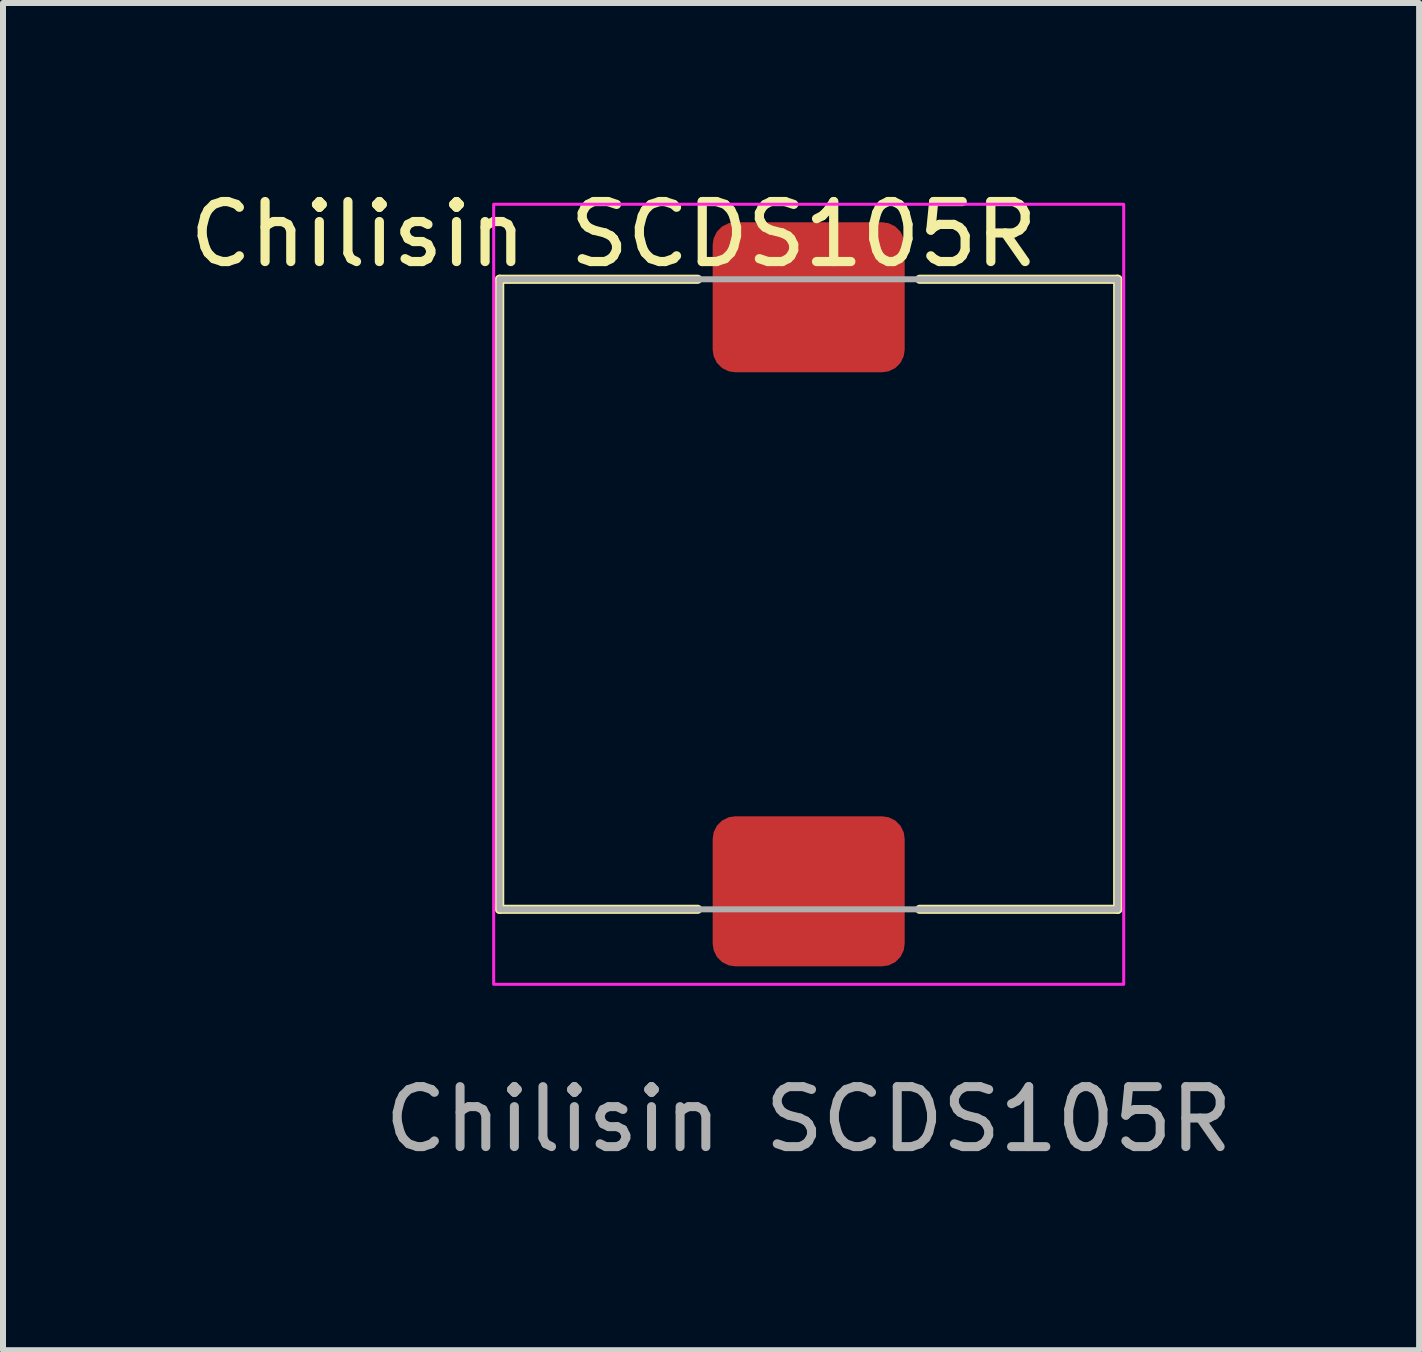
<source format=kicad_pcb>
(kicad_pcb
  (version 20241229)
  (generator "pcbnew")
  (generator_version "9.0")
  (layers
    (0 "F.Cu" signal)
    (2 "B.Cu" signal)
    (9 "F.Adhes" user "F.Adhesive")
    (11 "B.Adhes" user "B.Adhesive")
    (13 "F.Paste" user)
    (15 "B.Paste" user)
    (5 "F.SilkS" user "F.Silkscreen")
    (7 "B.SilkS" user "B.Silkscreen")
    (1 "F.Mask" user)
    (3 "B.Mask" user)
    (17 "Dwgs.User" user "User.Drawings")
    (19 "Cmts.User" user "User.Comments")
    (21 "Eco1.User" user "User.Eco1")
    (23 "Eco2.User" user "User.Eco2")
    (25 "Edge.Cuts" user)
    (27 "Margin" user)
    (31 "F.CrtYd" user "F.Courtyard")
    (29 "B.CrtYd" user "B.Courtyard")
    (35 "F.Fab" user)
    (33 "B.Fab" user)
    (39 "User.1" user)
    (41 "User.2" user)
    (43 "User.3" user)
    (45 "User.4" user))
  (footprint "Chilisin SCDS105R"
    (layer "F.Cu")
    (at 10.427 6.854)
    (property "Reference" "Chilisin SCDS105R" (at -3.25 -6 0) (unlocked yes) (layer "F.SilkS") (effects (font (size 1 1) (thickness 0.153))))
    (attr smd)
    (fp_line (start -5.15 -5.25) (end -5.15 5.25) (stroke (width 0.153) (type default)) (layer "F.SilkS"))
    (fp_line (start -5.15 -5.25) (end -1.85 -5.25) (stroke (width 0.153) (type default)) (layer "F.SilkS"))
    (fp_line (start -5.15 5.25) (end -1.85 5.25) (stroke (width 0.153) (type default)) (layer "F.SilkS"))
    (fp_line (start 5.15 -5.25) (end 1.85 -5.25) (stroke (width 0.153) (type default)) (layer "F.SilkS"))
    (fp_line (start 5.15 5.25) (end 1.85 5.25) (stroke (width 0.153) (type default)) (layer "F.SilkS"))
    (fp_line (start 5.15 5.25) (end 5.15 -5.25) (stroke (width 0.153) (type default)) (layer "F.SilkS"))
    (fp_rect (start -5.25 -6.5) (end 5.25 6.5) (stroke (width 0.05) (type default)) (fill no) (layer "F.CrtYd"))
    (fp_rect (start -5.15 -5.25) (end 5.15 5.25) (stroke (width 0.1) (type solid)) (fill no) (layer "F.Fab"))
    (fp_text user "${REFERENCE}" (at 0 8.75 0) (unlocked yes) (layer "F.Fab") (effects (font (size 1 1) (thickness 0.15))))
    (pad "1" smd roundrect (at 0 -4.95) (size 3.2 2.5) (layers "F.Cu" "F.Mask" "F.Paste") (roundrect_rratio 0.15))
    (pad "2" smd roundrect (at 0 4.95) (size 3.2 2.5) (layers "F.Cu" "F.Mask" "F.Paste") (roundrect_rratio 0.15)))
  (gr_rect
    (start -3 -3)
    (end 20.6 19.452)
    (stroke (width 0.1) (type default))
    (fill no)
    (layer "Edge.Cuts")))
</source>
